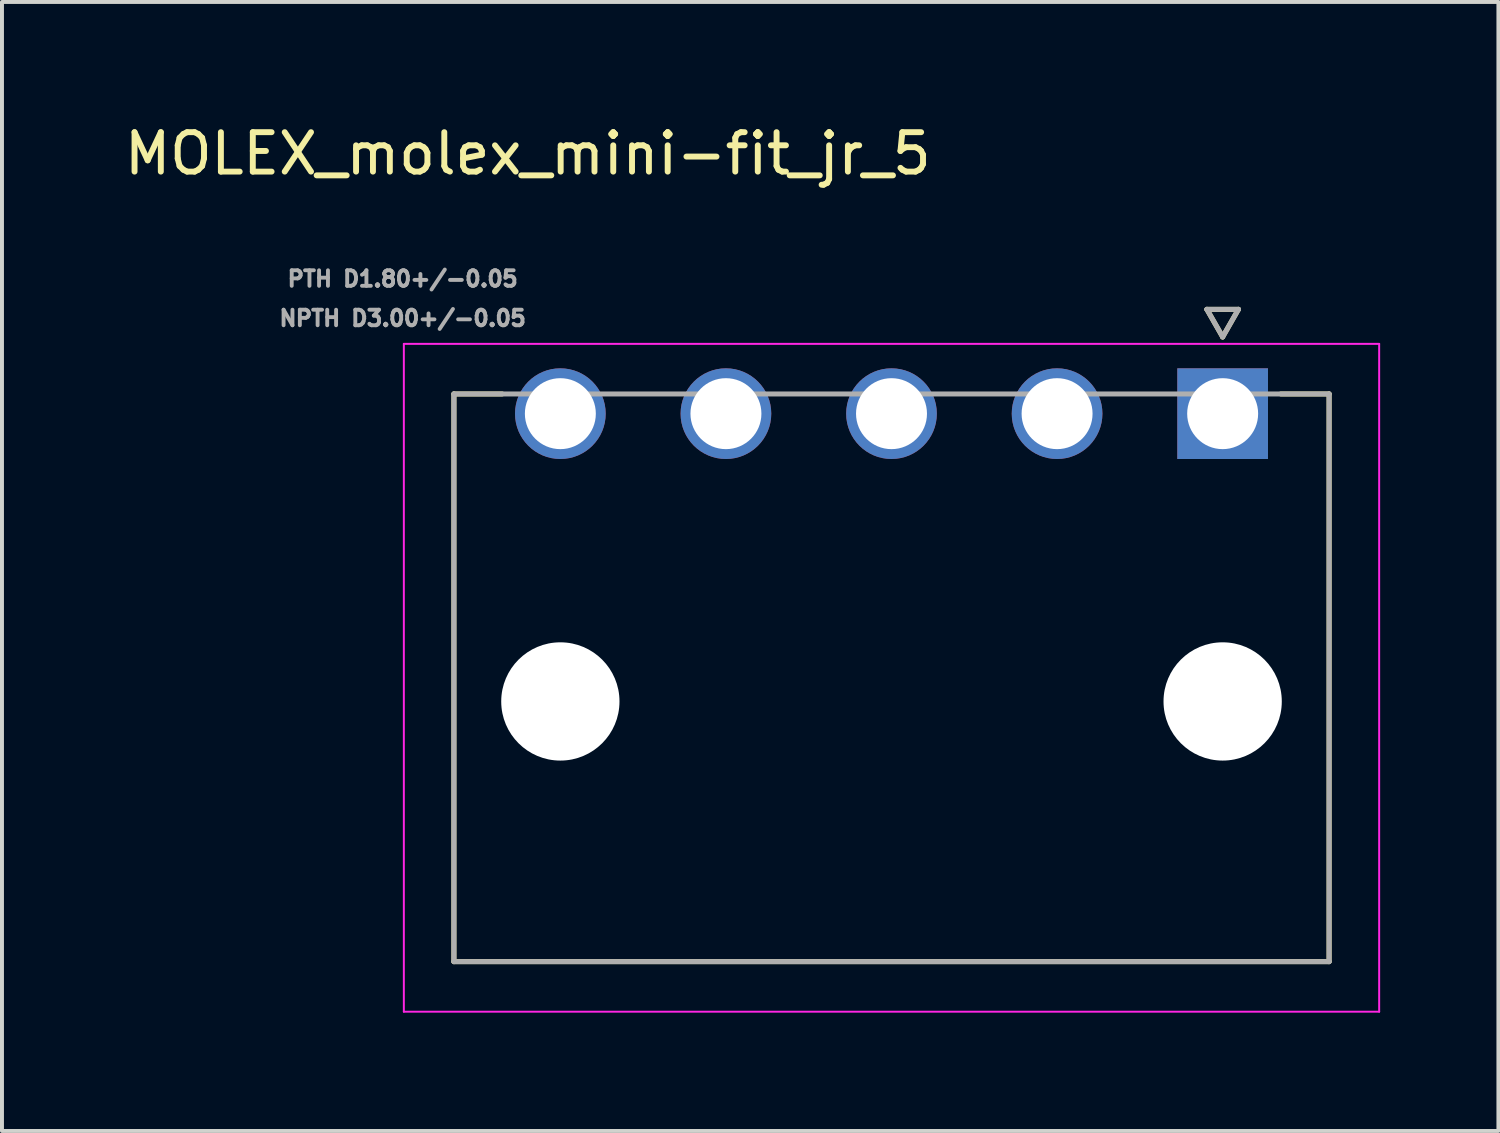
<source format=kicad_pcb>
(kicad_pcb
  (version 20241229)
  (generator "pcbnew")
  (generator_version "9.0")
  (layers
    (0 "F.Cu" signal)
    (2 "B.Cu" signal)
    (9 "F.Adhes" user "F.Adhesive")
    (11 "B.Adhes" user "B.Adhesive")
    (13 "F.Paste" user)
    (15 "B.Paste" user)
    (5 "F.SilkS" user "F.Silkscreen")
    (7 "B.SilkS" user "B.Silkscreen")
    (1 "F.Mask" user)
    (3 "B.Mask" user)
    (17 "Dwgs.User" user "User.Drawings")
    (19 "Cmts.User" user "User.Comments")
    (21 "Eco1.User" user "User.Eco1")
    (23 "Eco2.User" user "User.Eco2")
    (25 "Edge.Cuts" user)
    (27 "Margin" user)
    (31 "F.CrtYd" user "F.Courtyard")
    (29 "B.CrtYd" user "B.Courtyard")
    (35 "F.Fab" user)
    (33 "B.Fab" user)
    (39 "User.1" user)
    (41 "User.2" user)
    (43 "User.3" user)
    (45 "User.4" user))
  (footprint "MOLEX_molex_mini-fit_jr_5"
    (layer "F.Cu")
    (at 27.964 7.443)
    (property "Reference" "MOLEX_molex_mini-fit_jr_5" (at -17.625 -6.595 0) (layer "F.SilkS") (effects (font (size 1 1) (thickness 0.15))))
    (attr through_hole)
    (fp_circle (center -16.8 0) (end -16.187 0) (stroke (width 1.226) (type solid)) (fill no) (layer "F.Mask"))
    (fp_circle (center -16.8 7.3) (end -16.012 7.3) (stroke (width 1.576) (type solid)) (fill no) (layer "F.Mask"))
    (fp_circle (center -12.6 0) (end -11.987 0) (stroke (width 1.226) (type solid)) (fill no) (layer "F.Mask"))
    (fp_circle (center -8.4 0) (end -7.787 0) (stroke (width 1.226) (type solid)) (fill no) (layer "F.Mask"))
    (fp_circle (center -4.2 0) (end -3.587 0) (stroke (width 1.226) (type solid)) (fill no) (layer "F.Mask"))
    (fp_circle (center 0 7.3) (end 0.788 7.3) (stroke (width 1.576) (type solid)) (fill no) (layer "F.Mask"))
    (fp_poly (pts (xy -1.226 -1.226) (xy 1.226 -1.226) (xy 1.226 1.226) (xy -1.226 1.226)) (stroke (width 0.01) (type solid)) (fill yes) (layer "F.Mask"))
    (fp_circle (center -16.8 0) (end -16.187 0) (stroke (width 1.226) (type solid)) (fill no) (layer "B.Mask"))
    (fp_circle (center -16.8 7.3) (end -16.012 7.3) (stroke (width 1.576) (type solid)) (fill no) (layer "B.Mask"))
    (fp_circle (center -12.6 0) (end -11.987 0) (stroke (width 1.226) (type solid)) (fill no) (layer "B.Mask"))
    (fp_circle (center -8.4 0) (end -7.787 0) (stroke (width 1.226) (type solid)) (fill no) (layer "B.Mask"))
    (fp_circle (center -4.2 0) (end -3.587 0) (stroke (width 1.226) (type solid)) (fill no) (layer "B.Mask"))
    (fp_circle (center 0 7.3) (end 0.788 7.3) (stroke (width 1.576) (type solid)) (fill no) (layer "B.Mask"))
    (fp_poly (pts (xy -1.226 -1.226) (xy 1.226 -1.226) (xy 1.226 1.226) (xy -1.226 1.226)) (stroke (width 0.01) (type solid)) (fill yes) (layer "B.Mask"))
    (fp_line (start -19.5 -0.5) (end -18.276 -0.5) (stroke (width 0.127) (type solid)) (layer "F.SilkS"))
    (fp_line (start -19.5 13.9) (end -19.5 -0.5) (stroke (width 0.127) (type solid)) (layer "F.SilkS"))
    (fp_line (start -0.4 -2.646) (end 0 -1.946) (stroke (width 0.127) (type solid)) (layer "F.SilkS"))
    (fp_line (start 0 -1.946) (end 0.4 -2.646) (stroke (width 0.127) (type solid)) (layer "F.SilkS"))
    (fp_line (start 0.4 -2.646) (end -0.4 -2.646) (stroke (width 0.127) (type solid)) (layer "F.SilkS"))
    (fp_line (start 2.7 -0.5) (end 1.476 -0.5) (stroke (width 0.127) (type solid)) (layer "F.SilkS"))
    (fp_line (start 2.7 -0.5) (end 2.7 13.9) (stroke (width 0.127) (type solid)) (layer "F.SilkS"))
    (fp_line (start 2.7 13.9) (end -19.5 13.9) (stroke (width 0.127) (type solid)) (layer "F.SilkS"))
    (fp_line (start -20.77 -1.77) (end 3.97 -1.77) (stroke (width 0.05) (type solid)) (layer "F.CrtYd"))
    (fp_line (start -20.77 15.17) (end -20.77 -1.77) (stroke (width 0.05) (type solid)) (layer "F.CrtYd"))
    (fp_line (start 3.97 -1.77) (end 3.97 15.17) (stroke (width 0.05) (type solid)) (layer "F.CrtYd"))
    (fp_line (start 3.97 15.17) (end -20.77 15.17) (stroke (width 0.05) (type solid)) (layer "F.CrtYd"))
    (fp_line (start -19.5 -0.5) (end 2.7 -0.5) (stroke (width 0.127) (type solid)) (layer "F.Fab"))
    (fp_line (start -19.5 13.9) (end -19.5 -0.5) (stroke (width 0.127) (type solid)) (layer "F.Fab"))
    (fp_line (start -0.4 -2.646) (end 0 -1.946) (stroke (width 0.127) (type solid)) (layer "F.Fab"))
    (fp_line (start 0 -1.946) (end 0.4 -2.646) (stroke (width 0.127) (type solid)) (layer "F.Fab"))
    (fp_line (start 0.4 -2.646) (end -0.4 -2.646) (stroke (width 0.127) (type solid)) (layer "F.Fab"))
    (fp_line (start 2.7 -0.5) (end 2.7 13.9) (stroke (width 0.127) (type solid)) (layer "F.Fab"))
    (fp_line (start 2.7 13.9) (end -19.5 13.9) (stroke (width 0.127) (type solid)) (layer "F.Fab"))
    (fp_text user "NPTH D3.00+/-0.05" (at -20.8 -2.42 0) (layer "F.Fab") (effects (font (size 0.394 0.394) (thickness 0.15))))
    (fp_text user "PTH D1.80+/-0.05" (at -20.8 -3.42 0) (layer "F.Fab") (effects (font (size 0.394 0.394) (thickness 0.15))))
    (pad "" np_thru_hole circle (at -16.8 7.3) (size 3 3) (drill 3) (layers "*.Cu" "*.Mask"))
    (pad "" np_thru_hole circle (at 0 7.3) (size 3 3) (drill 3) (layers "*.Cu" "*.Mask"))
    (pad "1" thru_hole rect (at 0 0) (size 2.3 2.3) (drill 1.8) (layers "*.Cu"))
    (pad "2" thru_hole circle (at -4.2 0) (size 2.3 2.3) (drill 1.8) (layers "*.Cu"))
    (pad "3" thru_hole circle (at -8.4 0) (size 2.3 2.3) (drill 1.8) (layers "*.Cu"))
    (pad "4" thru_hole circle (at -12.6 0) (size 2.3 2.3) (drill 1.8) (layers "*.Cu"))
    (pad "5" thru_hole circle (at -16.8 0) (size 2.3 2.3) (drill 1.8) (layers "*.Cu")))
  (gr_rect
    (start -3 -3)
    (end 34.959 25.638)
    (stroke (width 0.1) (type default))
    (fill no)
    (layer "Edge.Cuts")))
</source>
